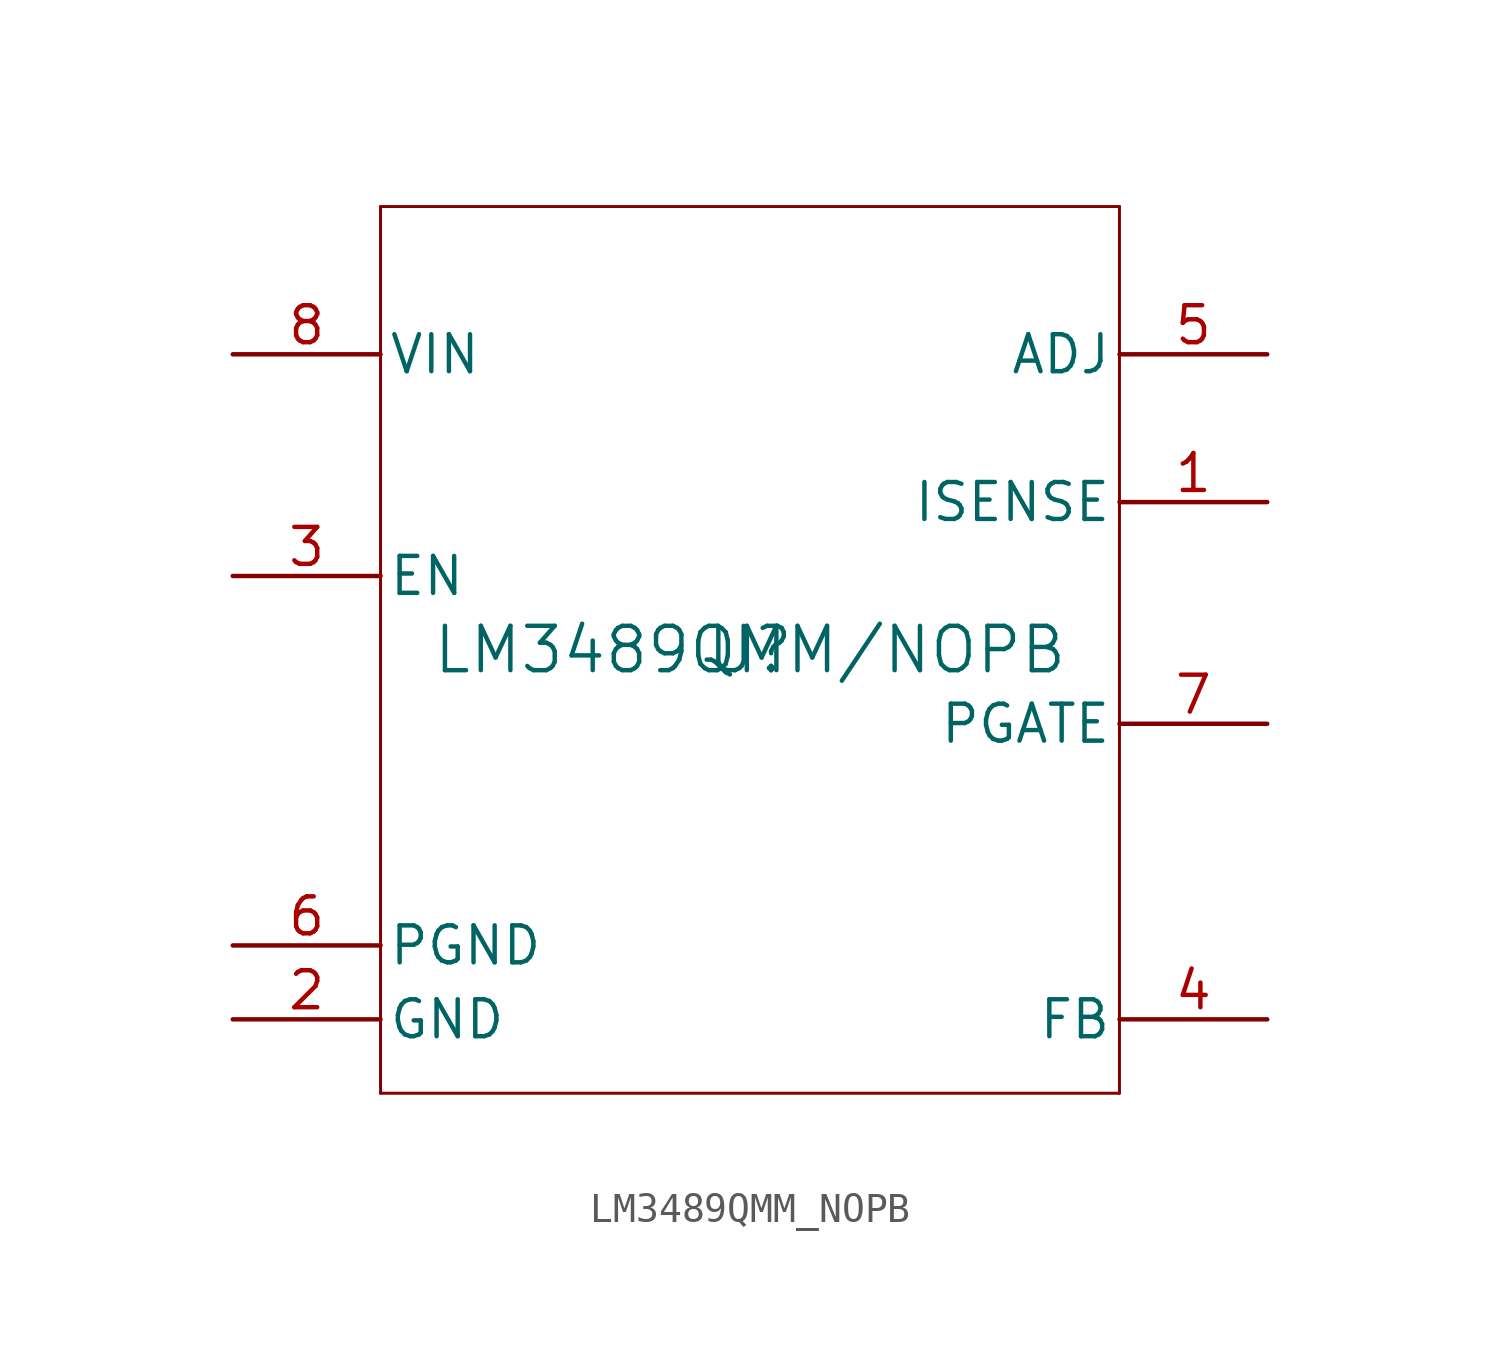
<source format=kicad_sym>
(kicad_symbol_lib
  (version 20211014)
  (generator kicad_symbol_editor)
  (symbol "LM3489QMM_NOPB"
    (pin_names
      (offset 0.254))
    (property "Reference" "U"
      (at 0 0 0)
      (effects (font (size 1.524 1.524))))
    (property "Value" "LM3489QMM/NOPB"
      (at 0 0 0)
      (effects (font (size 1.524 1.524))))
    (symbol "LM3489QMM_NOPB_0_1"
      (polyline (pts (xy -12.7 -15.24) (xy 12.7 -15.24)) (stroke (width 0.102) (type default) (color 0 0 0 0)) (fill (type none)))
      (polyline (pts (xy 12.7 -15.24) (xy 12.7 15.24)) (stroke (width 0.102) (type default) (color 0 0 0 0)) (fill (type none)))
      (polyline (pts (xy 12.7 15.24) (xy -12.7 15.24)) (stroke (width 0.102) (type default) (color 0 0 0 0)) (fill (type none)))
      (polyline (pts (xy -12.7 15.24) (xy -12.7 -15.24)) (stroke (width 0.102) (type default) (color 0 0 0 0)) (fill (type none)))
      (pin input line (at 17.78 5.08 180) (length 5.08) (name "ISENSE" (effects (font (size 1.27 1.27)))) (number "1" (effects (font (size 1.27 1.27)))))
      (pin power_in line (at -17.78 -12.7 0) (length 5.08) (name "GND" (effects (font (size 1.27 1.27)))) (number "2" (effects (font (size 1.27 1.27)))))
      (pin input line (at -17.78 2.54 0) (length 5.08) (name "EN" (effects (font (size 1.27 1.27)))) (number "3" (effects (font (size 1.27 1.27)))))
      (pin input line (at 17.78 -12.7 180) (length 5.08) (name "FB" (effects (font (size 1.27 1.27)))) (number "4" (effects (font (size 1.27 1.27)))))
      (pin input line (at 17.78 10.16 180) (length 5.08) (name "ADJ" (effects (font (size 1.27 1.27)))) (number "5" (effects (font (size 1.27 1.27)))))
      (pin power_in line (at -17.78 -10.16 0) (length 5.08) (name "PGND" (effects (font (size 1.27 1.27)))) (number "6" (effects (font (size 1.27 1.27)))))
      (pin output line (at 17.78 -2.54 180) (length 5.08) (name "PGATE" (effects (font (size 1.27 1.27)))) (number "7" (effects (font (size 1.27 1.27)))))
      (pin power_in line (at -17.78 10.16 0) (length 5.08) (name "VIN" (effects (font (size 1.27 1.27)))) (number "8" (effects (font (size 1.27 1.27))))))))
</source>
